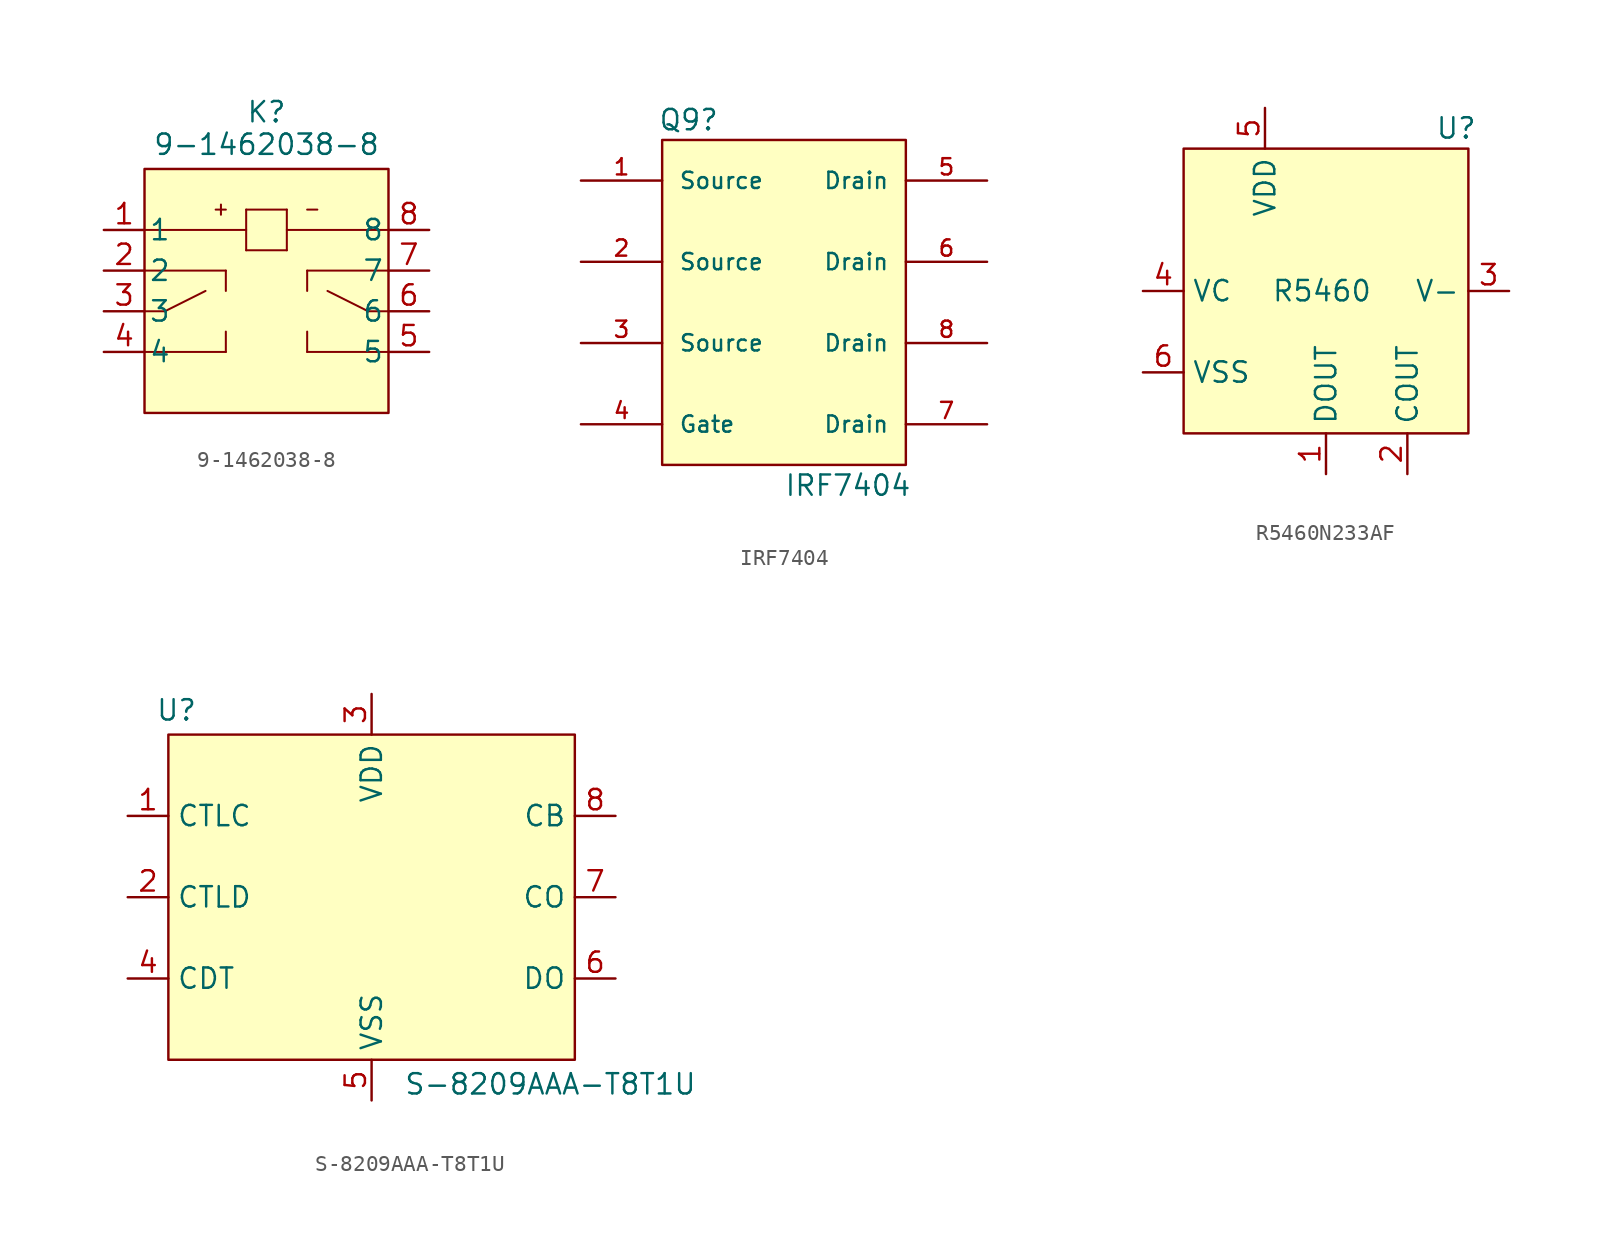
<source format=kicad_sym>
(kicad_symbol_lib
  (version 20231120)
  (generator "kicad_symbol_editor")
  (generator_version "8.0")
  (symbol "9-1462038-8"
    (pin_names
      (offset 0.254))
    (property "Reference" "K"
      (at 0 11.176 0)
      (effects (font (size 1.27 1.27))))
    (property "Value" "9-1462038-8"
      (at 0 9.144 0)
      (effects (font (size 1.27 1.27))))
    (symbol "9-1462038-8_0_1"
      (polyline (pts (xy -7.62 -1.27) (xy -6.35 -1.27)) (stroke (width 0.127) (type default)) (fill (type none)))
      (polyline (pts (xy -7.62 1.27) (xy -2.54 1.27)) (stroke (width 0.127) (type default)) (fill (type none)))
      (polyline (pts (xy -7.62 3.81) (xy -1.27 3.81)) (stroke (width 0.127) (type default)) (fill (type none)))
      (polyline (pts (xy -6.35 -1.27) (xy -3.81 0)) (stroke (width 0.127) (type default)) (fill (type none)))
      (polyline (pts (xy -2.846 4.761) (xy -2.846 5.396)) (stroke (width 0.127) (type default)) (fill (type none)))
      (polyline (pts (xy -2.54 -3.81) (xy -7.62 -3.81)) (stroke (width 0.127) (type default)) (fill (type none)))
      (polyline (pts (xy -2.54 -2.54) (xy -2.54 -3.81)) (stroke (width 0.127) (type default)) (fill (type none)))
      (polyline (pts (xy -2.54 1.27) (xy -2.54 0)) (stroke (width 0.127) (type default)) (fill (type none)))
      (polyline (pts (xy -2.54 5.08) (xy -3.175 5.08)) (stroke (width 0.127) (type default)) (fill (type none)))
      (polyline (pts (xy -1.27 2.54) (xy 1.27 2.54)) (stroke (width 0.127) (type default)) (fill (type none)))
      (polyline (pts (xy -1.27 5.08) (xy -1.27 2.54)) (stroke (width 0.127) (type default)) (fill (type none)))
      (polyline (pts (xy 1.27 2.54) (xy 1.27 5.08)) (stroke (width 0.127) (type default)) (fill (type none)))
      (polyline (pts (xy 1.27 3.81) (xy 7.62 3.81)) (stroke (width 0.127) (type default)) (fill (type none)))
      (polyline (pts (xy 1.27 5.08) (xy -1.27 5.08)) (stroke (width 0.127) (type default)) (fill (type none)))
      (polyline (pts (xy 2.54 -3.81) (xy 2.54 -2.54)) (stroke (width 0.127) (type default)) (fill (type none)))
      (polyline (pts (xy 2.54 0) (xy 2.54 1.27)) (stroke (width 0.127) (type default)) (fill (type none)))
      (polyline (pts (xy 2.54 1.27) (xy 7.62 1.27)) (stroke (width 0.127) (type default)) (fill (type none)))
      (polyline (pts (xy 2.54 5.08) (xy 3.175 5.08)) (stroke (width 0.127) (type default)) (fill (type none)))
      (polyline (pts (xy 6.35 -1.27) (xy 3.81 0)) (stroke (width 0.127) (type default)) (fill (type none)))
      (polyline (pts (xy 7.62 -3.81) (xy 2.54 -3.81)) (stroke (width 0.127) (type default)) (fill (type none)))
      (polyline (pts (xy 7.62 -1.27) (xy 6.35 -1.27)) (stroke (width 0.127) (type default)) (fill (type none))))
    (symbol "9-1462038-8_1_1"
      (rectangle (start -7.62 7.62) (end 7.62 -7.62) (stroke (width 0) (type default)) (fill (type background)))
      (pin power_in line (at -10.16 3.81 0) (length 2.54) (name "1" (effects (font (size 1.27 1.27)))) (number "1" (effects (font (size 1.27 1.27)))))
      (pin input line (at -10.16 1.27 0) (length 2.54) (name "2" (effects (font (size 1.27 1.27)))) (number "2" (effects (font (size 1.27 1.27)))))
      (pin output line (at -10.16 -1.27 0) (length 2.54) (name "3" (effects (font (size 1.27 1.27)))) (number "3" (effects (font (size 1.27 1.27)))))
      (pin input line (at -10.16 -3.81 0) (length 2.54) (name "4" (effects (font (size 1.27 1.27)))) (number "4" (effects (font (size 1.27 1.27)))))
      (pin input line (at 10.16 -3.81 180) (length 2.54) (name "5" (effects (font (size 1.27 1.27)))) (number "5" (effects (font (size 1.27 1.27)))))
      (pin output line (at 10.16 -1.27 180) (length 2.54) (name "6" (effects (font (size 1.27 1.27)))) (number "6" (effects (font (size 1.27 1.27)))))
      (pin input line (at 10.16 1.27 180) (length 2.54) (name "7" (effects (font (size 1.27 1.27)))) (number "7" (effects (font (size 1.27 1.27)))))
      (pin power_in line (at 10.16 3.81 180) (length 2.54) (name "8" (effects (font (size 1.27 1.27)))) (number "8" (effects (font (size 1.27 1.27)))))))
  (symbol "IRF7404"
    (pin_names
      (offset 1.016))
    (property "Reference" "Q9"
      (at -7.874 10.668 0)
      (effects (font (size 1.27 1.27)) (justify left bottom)))
    (property "Value" "IRF7404"
      (at 0 -12.192 0)
      (effects (font (size 1.27 1.27)) (justify left bottom)))
    (symbol "IRF7404_0_0"
      (pin bidirectional line (at -12.7 7.62 0) (length 5.08) (name "Source" (effects (font (size 1.016 1.016)))) (number "1" (effects (font (size 1.016 1.016)))))
      (pin bidirectional line (at -12.7 2.54 0) (length 5.08) (name "Source" (effects (font (size 1.016 1.016)))) (number "2" (effects (font (size 1.016 1.016)))))
      (pin bidirectional line (at -12.7 -2.54 0) (length 5.08) (name "Source" (effects (font (size 1.016 1.016)))) (number "3" (effects (font (size 1.016 1.016)))))
      (pin bidirectional line (at -12.7 -7.62 0) (length 5.08) (name "Gate" (effects (font (size 1.016 1.016)))) (number "4" (effects (font (size 1.016 1.016)))))
      (pin bidirectional line (at 12.7 7.62 180) (length 5.08) (name "Drain" (effects (font (size 1.016 1.016)))) (number "5" (effects (font (size 1.016 1.016)))))
      (pin bidirectional line (at 12.7 2.54 180) (length 5.08) (name "Drain" (effects (font (size 1.016 1.016)))) (number "6" (effects (font (size 1.016 1.016)))))
      (pin bidirectional line (at 12.7 -7.62 180) (length 5.08) (name "Drain" (effects (font (size 1.016 1.016)))) (number "7" (effects (font (size 1.016 1.016)))))
      (pin bidirectional line (at 12.7 -2.54 180) (length 5.08) (name "Drain" (effects (font (size 1.016 1.016)))) (number "8" (effects (font (size 1.016 1.016))))))
    (symbol "IRF7404_1_1"
      (rectangle (start -7.62 10.16) (end 7.62 -10.16) (stroke (width 0) (type default)) (fill (type background)))))
  (symbol "R5460N233AF"
    (property "Reference" "U"
      (at 8.128 10.16 0)
      (effects (font (size 1.27 1.27))))
    (property "Value" "R5460"
      (at -0.254 0 0)
      (effects (font (size 1.27 1.27))))
    (symbol "R5460N233AF_1_1"
      (rectangle (start -8.89 8.89) (end 8.89 -8.89) (stroke (width 0) (type default)) (fill (type background)))
      (pin bidirectional line (at 0 -11.43 90) (length 2.54) (name "DOUT" (effects (font (size 1.27 1.27)))) (number "1" (effects (font (size 1.27 1.27)))))
      (pin bidirectional line (at 5.08 -11.43 90) (length 2.54) (name "COUT" (effects (font (size 1.27 1.27)))) (number "2" (effects (font (size 1.27 1.27)))))
      (pin input line (at 11.43 0 180) (length 2.54) (name "V-" (effects (font (size 1.27 1.27)))) (number "3" (effects (font (size 1.27 1.27)))))
      (pin input line (at -11.43 0 0) (length 2.54) (name "VC" (effects (font (size 1.27 1.27)))) (number "4" (effects (font (size 1.27 1.27)))))
      (pin power_in line (at -3.81 11.43 270) (length 2.54) (name "VDD" (effects (font (size 1.27 1.27)))) (number "5" (effects (font (size 1.27 1.27)))))
      (pin passive line (at -11.43 -5.08 0) (length 2.54) (name "VSS" (effects (font (size 1.27 1.27)))) (number "6" (effects (font (size 1.27 1.27)))))))
  (symbol "S-8209AAA-T8T1U"
    (property "Reference" "U"
      (at -12.192 11.684 0)
      (effects (font (size 1.27 1.27))))
    (property "Value" "S-8209AAA-T8T1U"
      (at 11.176 -11.684 0)
      (effects (font (size 1.27 1.27))))
    (symbol "S-8209AAA-T8T1U_1_1"
      (rectangle (start -12.7 10.16) (end 12.7 -10.16) (stroke (width 0) (type default)) (fill (type background)))
      (pin input line (at -15.24 5.08 0) (length 2.54) (name "CTLC" (effects (font (size 1.27 1.27)))) (number "1" (effects (font (size 1.27 1.27)))))
      (pin input line (at -15.24 0 0) (length 2.54) (name "CTLD" (effects (font (size 1.27 1.27)))) (number "2" (effects (font (size 1.27 1.27)))))
      (pin power_in line (at 0 12.7 270) (length 2.54) (name "VDD" (effects (font (size 1.27 1.27)))) (number "3" (effects (font (size 1.27 1.27)))))
      (pin passive line (at -15.24 -5.08 0) (length 2.54) (name "CDT" (effects (font (size 1.27 1.27)))) (number "4" (effects (font (size 1.27 1.27)))))
      (pin passive line (at 0 -12.7 90) (length 2.54) (name "VSS" (effects (font (size 1.27 1.27)))) (number "5" (effects (font (size 1.27 1.27)))))
      (pin output line (at 15.24 -5.08 180) (length 2.54) (name "DO" (effects (font (size 1.27 1.27)))) (number "6" (effects (font (size 1.27 1.27)))))
      (pin output line (at 15.24 0 180) (length 2.54) (name "CO" (effects (font (size 1.27 1.27)))) (number "7" (effects (font (size 1.27 1.27)))))
      (pin output line (at 15.24 5.08 180) (length 2.54) (name "CB" (effects (font (size 1.27 1.27)))) (number "8" (effects (font (size 1.27 1.27))))))))
</source>
